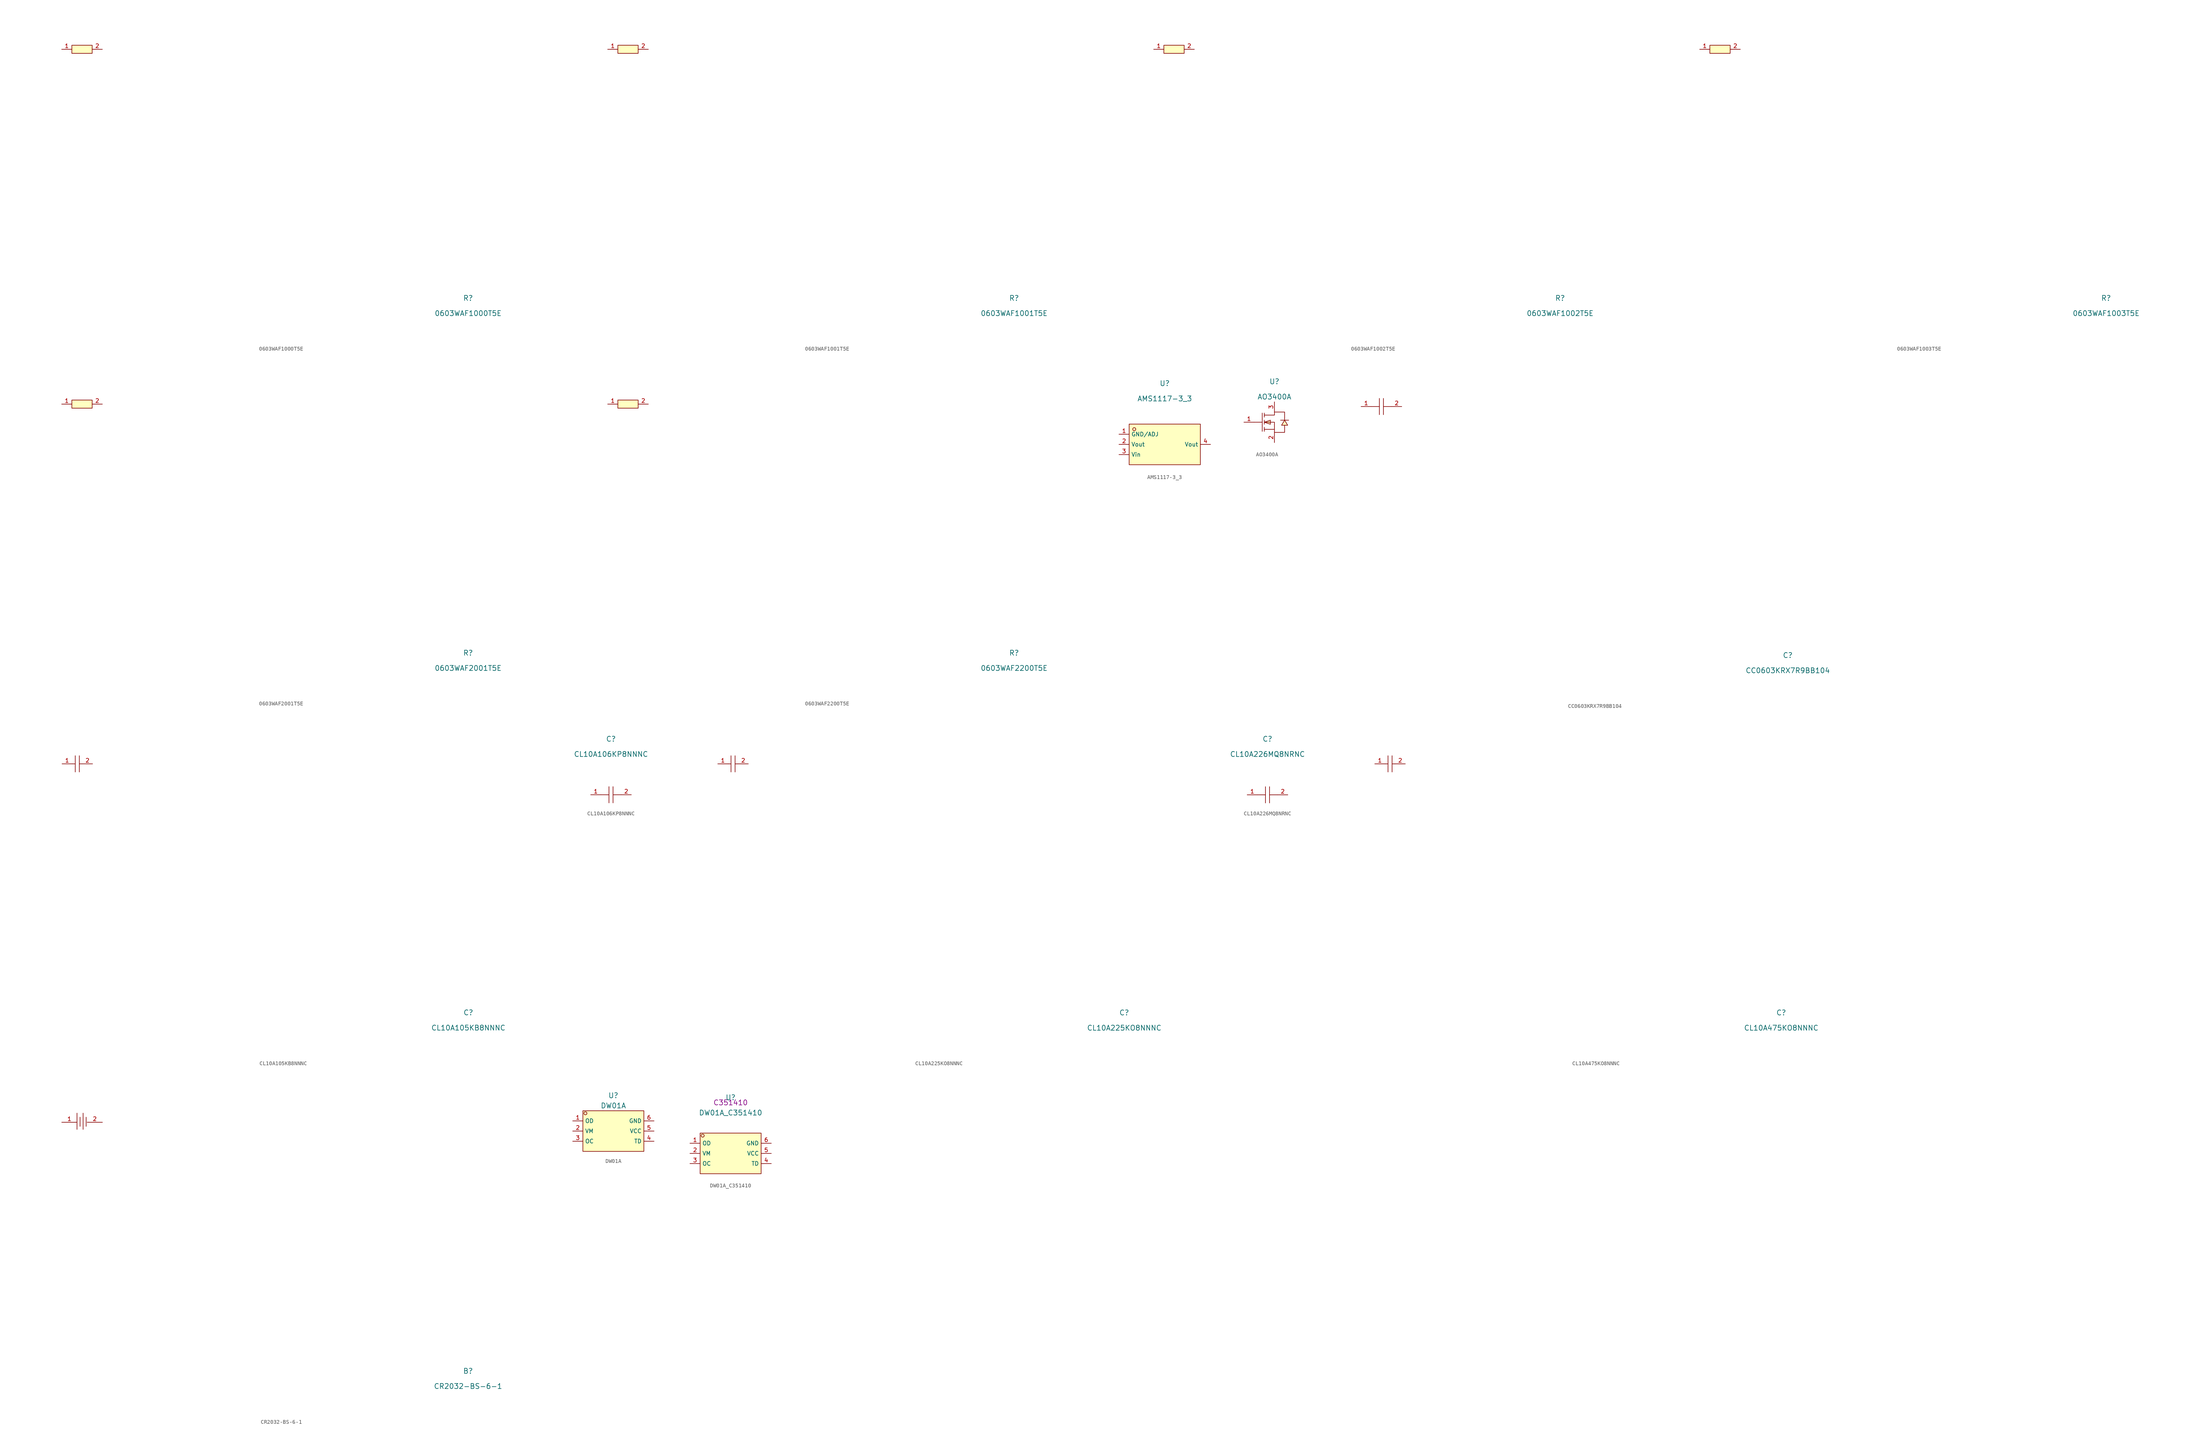
<source format=kicad_sym>
(kicad_symbol_lib
  (version 20220914)
  (generator kicad_symbol_editor)
  (symbol "0603WAF1000T5E"
    (pin_names hide)
    (property "Reference" "R"
      (at 0 1.27 0)
      (effects (font (size 1.27 1.27))))
    (property "Value" "0603WAF1000T5E"
      (at 0 -2.54 0)
      (effects (font (size 1.27 1.27))))
    (symbol "0603WAF1000T5E_0_0"
      (rectangle (start -99.06 64.516) (end -93.98 62.484) (stroke (width 0) (type default)) (fill (type background)))
      (pin input line (at -101.6 63.5 0) (length 2.54) (name "1" (effects (font (size 1 1)))) (number "1" (effects (font (size 1 1)))))
      (pin input line (at -91.44 63.5 180) (length 2.54) (name "2" (effects (font (size 1 1)))) (number "2" (effects (font (size 1 1)))))))
  (symbol "0603WAF1001T5E"
    (pin_names hide)
    (property "Reference" "R"
      (at 0 1.27 0)
      (effects (font (size 1.27 1.27))))
    (property "Value" "0603WAF1001T5E"
      (at 0 -2.54 0)
      (effects (font (size 1.27 1.27))))
    (symbol "0603WAF1001T5E_0_0"
      (rectangle (start -99.06 64.516) (end -93.98 62.484) (stroke (width 0) (type default)) (fill (type background)))
      (pin input line (at -101.6 63.5 0) (length 2.54) (name "1" (effects (font (size 1 1)))) (number "1" (effects (font (size 1 1)))))
      (pin input line (at -91.44 63.5 180) (length 2.54) (name "2" (effects (font (size 1 1)))) (number "2" (effects (font (size 1 1)))))))
  (symbol "0603WAF1002T5E"
    (pin_names hide)
    (property "Reference" "R"
      (at 0 1.27 0)
      (effects (font (size 1.27 1.27))))
    (property "Value" "0603WAF1002T5E"
      (at 0 -2.54 0)
      (effects (font (size 1.27 1.27))))
    (symbol "0603WAF1002T5E_0_0"
      (rectangle (start -99.06 64.516) (end -93.98 62.484) (stroke (width 0) (type default)) (fill (type background)))
      (pin input line (at -101.6 63.5 0) (length 2.54) (name "1" (effects (font (size 1 1)))) (number "1" (effects (font (size 1 1)))))
      (pin input line (at -91.44 63.5 180) (length 2.54) (name "2" (effects (font (size 1 1)))) (number "2" (effects (font (size 1 1)))))))
  (symbol "0603WAF1003T5E"
    (pin_names hide)
    (property "Reference" "R"
      (at 0 1.27 0)
      (effects (font (size 1.27 1.27))))
    (property "Value" "0603WAF1003T5E"
      (at 0 -2.54 0)
      (effects (font (size 1.27 1.27))))
    (symbol "0603WAF1003T5E_0_0"
      (rectangle (start -99.06 64.516) (end -93.98 62.484) (stroke (width 0) (type default)) (fill (type background)))
      (pin input line (at -101.6 63.5 0) (length 2.54) (name "1" (effects (font (size 1 1)))) (number "1" (effects (font (size 1 1)))))
      (pin input line (at -91.44 63.5 180) (length 2.54) (name "2" (effects (font (size 1 1)))) (number "2" (effects (font (size 1 1)))))))
  (symbol "0603WAF2001T5E"
    (pin_names hide)
    (property "Reference" "R"
      (at 0 1.27 0)
      (effects (font (size 1.27 1.27))))
    (property "Value" "0603WAF2001T5E"
      (at 0 -2.54 0)
      (effects (font (size 1.27 1.27))))
    (symbol "0603WAF2001T5E_0_0"
      (rectangle (start -99.06 64.516) (end -93.98 62.484) (stroke (width 0) (type default)) (fill (type background)))
      (pin input line (at -101.6 63.5 0) (length 2.54) (name "1" (effects (font (size 1 1)))) (number "1" (effects (font (size 1 1)))))
      (pin input line (at -91.44 63.5 180) (length 2.54) (name "2" (effects (font (size 1 1)))) (number "2" (effects (font (size 1 1)))))))
  (symbol "0603WAF2200T5E"
    (pin_names hide)
    (property "Reference" "R"
      (at 0 1.27 0)
      (effects (font (size 1.27 1.27))))
    (property "Value" "0603WAF2200T5E"
      (at 0 -2.54 0)
      (effects (font (size 1.27 1.27))))
    (symbol "0603WAF2200T5E_0_0"
      (rectangle (start -99.06 64.516) (end -93.98 62.484) (stroke (width 0) (type default)) (fill (type background)))
      (pin input line (at -101.6 63.5 0) (length 2.54) (name "1" (effects (font (size 1 1)))) (number "1" (effects (font (size 1 1)))))
      (pin input line (at -91.44 63.5 180) (length 2.54) (name "2" (effects (font (size 1 1)))) (number "2" (effects (font (size 1 1)))))))
  (symbol "AMS1117-3_3"
    (property "Reference" "U"
      (at 0 1.27 0)
      (effects (font (size 1.27 1.27))))
    (property "Value" "AMS1117-3_3"
      (at 0 -2.54 0)
      (effects (font (size 1.27 1.27))))
    (symbol "AMS1117-3_3_0_0"
      (rectangle (start -8.89 -8.89) (end 8.89 -19.05) (stroke (width 0) (type default)) (fill (type background)))
      (circle (center -7.62 -10.16) (radius 0.381) (stroke (width 0) (type default)) (fill (type background)))
      (pin unspecified line (at -11.43 -11.43 0) (length 2.54) (name "GND/ADJ" (effects (font (size 1 1)))) (number "1" (effects (font (size 1 1)))))
      (pin unspecified line (at -11.43 -13.97 0) (length 2.54) (name "Vout" (effects (font (size 1 1)))) (number "2" (effects (font (size 1 1)))))
      (pin unspecified line (at -11.43 -16.51 0) (length 2.54) (name "Vin" (effects (font (size 1 1)))) (number "3" (effects (font (size 1 1)))))
      (pin unspecified line (at 11.43 -13.97 180) (length 2.54) (name "Vout" (effects (font (size 1 1)))) (number "4" (effects (font (size 1 1)))))))
  (symbol "AO3400A"
    (pin_names hide)
    (property "Reference" "U"
      (at 0 1.27 0)
      (effects (font (size 1.27 1.27))))
    (property "Value" "AO3400A"
      (at 0 -2.54 0)
      (effects (font (size 1.27 1.27))))
    (symbol "AO3400A_0_0"
      (polyline (pts (xy -5.08 -8.89) (xy -3.048 -8.89)) (stroke (width 0) (type default)) (fill (type none)))
      (polyline (pts (xy -3.048 -6.604) (xy -3.048 -11.176)) (stroke (width 0) (type default)) (fill (type none)))
      (polyline (pts (xy -2.54 -11.176) (xy -2.54 -10.16)) (stroke (width 0) (type default)) (fill (type none)))
      (polyline (pts (xy -2.54 -9.398) (xy -2.54 -8.382)) (stroke (width 0) (type default)) (fill (type none)))
      (polyline (pts (xy -2.54 -6.604) (xy -2.54 -7.62)) (stroke (width 0) (type default)) (fill (type none)))
      (polyline (pts (xy 0 -10.668) (xy -2.54 -10.668)) (stroke (width 0) (type default)) (fill (type none)))
      (polyline (pts (xy -2.54 -8.89) (xy -1.016 -9.398) (xy -1.016 -8.382) (xy -2.54 -8.89)) (stroke (width 0) (type default)) (fill (type background)))
      (polyline (pts (xy 2.54 -8.382) (xy 1.778 -9.652) (xy 3.302 -9.652) (xy 2.54 -8.382)) (stroke (width 0) (type default)) (fill (type background)))
      (polyline (pts (xy 3.556 -8.382) (xy 3.048 -8.382) (xy 2.032 -8.382) (xy 1.524 -8.382)) (stroke (width 0) (type default)) (fill (type none)))
      (polyline (pts (xy -2.54 -8.89) (xy 0 -8.89) (xy 0 -11.43) (xy 2.54 -11.43) (xy 2.54 -9.652)) (stroke (width 0) (type default)) (fill (type none)))
      (polyline (pts (xy -2.54 -7.112) (xy 0 -7.112) (xy 0 -6.35) (xy 2.54 -6.35) (xy 2.54 -8.382)) (stroke (width 0) (type default)) (fill (type none)))
      (pin unspecified line (at -7.62 -8.89 0) (length 2.54) (name "G" (effects (font (size 1 1)))) (number "1" (effects (font (size 1 1)))))
      (pin unspecified line (at 0 -13.97 90) (length 2.54) (name "S" (effects (font (size 1 1)))) (number "2" (effects (font (size 1 1)))))
      (pin unspecified line (at 0 -3.81 270) (length 2.54) (name "D" (effects (font (size 1 1)))) (number "3" (effects (font (size 1 1)))))))
  (symbol "CC0603KRX7R9BB104"
    (pin_names hide)
    (property "Reference" "C"
      (at 0 1.27 0)
      (effects (font (size 1.27 1.27))))
    (property "Value" "CC0603KRX7R9BB104"
      (at 0 -2.54 0)
      (effects (font (size 1.27 1.27))))
    (symbol "CC0603KRX7R9BB104_0_0"
      (polyline (pts (xy -102.108 61.468) (xy -102.108 65.532)) (stroke (width 0) (type default)) (fill (type none)))
      (polyline (pts (xy -102.108 63.5) (xy -104.14 63.5)) (stroke (width 0) (type default)) (fill (type none)))
      (polyline (pts (xy -101.092 65.532) (xy -101.092 61.468)) (stroke (width 0) (type default)) (fill (type none)))
      (polyline (pts (xy -99.06 63.5) (xy -101.092 63.5)) (stroke (width 0) (type default)) (fill (type none)))
      (pin unspecified line (at -106.68 63.5 0) (length 2.54) (name "1" (effects (font (size 1 1)))) (number "1" (effects (font (size 1 1)))))
      (pin unspecified line (at -96.52 63.5 180) (length 2.54) (name "2" (effects (font (size 1 1)))) (number "2" (effects (font (size 1 1)))))))
  (symbol "CL10A105KB8NNNC"
    (pin_names hide)
    (property "Reference" "C"
      (at 0 1.27 0)
      (effects (font (size 1.27 1.27))))
    (property "Value" "CL10A105KB8NNNC"
      (at 0 -2.54 0)
      (effects (font (size 1.27 1.27))))
    (symbol "CL10A105KB8NNNC_0_0"
      (polyline (pts (xy -99.06 63.5) (xy -98.298 63.5)) (stroke (width 0) (type default)) (fill (type none)))
      (polyline (pts (xy -98.298 65.532) (xy -98.298 61.468)) (stroke (width 0) (type default)) (fill (type none)))
      (polyline (pts (xy -97.282 63.5) (xy -96.52 63.5)) (stroke (width 0) (type default)) (fill (type none)))
      (polyline (pts (xy -97.282 65.532) (xy -97.282 61.468)) (stroke (width 0) (type default)) (fill (type none)))
      (pin input line (at -101.6 63.5 0) (length 2.54) (name "1" (effects (font (size 1 1)))) (number "1" (effects (font (size 1 1)))))
      (pin input line (at -93.98 63.5 180) (length 2.54) (name "2" (effects (font (size 1 1)))) (number "2" (effects (font (size 1 1)))))))
  (symbol "CL10A106KP8NNNC"
    (pin_names hide)
    (property "Reference" "C"
      (at 0 1.27 0)
      (effects (font (size 1.27 1.27))))
    (property "Value" "CL10A106KP8NNNC"
      (at 0 -2.54 0)
      (effects (font (size 1.27 1.27))))
    (symbol "CL10A106KP8NNNC_0_0"
      (polyline (pts (xy -0.508 -14.732) (xy -0.508 -10.668)) (stroke (width 0) (type default)) (fill (type none)))
      (polyline (pts (xy -0.508 -12.7) (xy -2.54 -12.7)) (stroke (width 0) (type default)) (fill (type none)))
      (polyline (pts (xy 0.508 -10.668) (xy 0.508 -14.732)) (stroke (width 0) (type default)) (fill (type none)))
      (polyline (pts (xy 2.54 -12.7) (xy 0.508 -12.7)) (stroke (width 0) (type default)) (fill (type none)))
      (pin unspecified line (at -5.08 -12.7 0) (length 2.54) (name "1" (effects (font (size 1 1)))) (number "1" (effects (font (size 1 1)))))
      (pin unspecified line (at 5.08 -12.7 180) (length 2.54) (name "2" (effects (font (size 1 1)))) (number "2" (effects (font (size 1 1)))))))
  (symbol "CL10A225KO8NNNC"
    (pin_names hide)
    (property "Reference" "C"
      (at 0 1.27 0)
      (effects (font (size 1.27 1.27))))
    (property "Value" "CL10A225KO8NNNC"
      (at 0 -2.54 0)
      (effects (font (size 1.27 1.27))))
    (symbol "CL10A225KO8NNNC_0_0"
      (polyline (pts (xy -99.06 63.5) (xy -98.298 63.5)) (stroke (width 0) (type default)) (fill (type none)))
      (polyline (pts (xy -98.298 65.532) (xy -98.298 61.468)) (stroke (width 0) (type default)) (fill (type none)))
      (polyline (pts (xy -97.282 63.5) (xy -96.52 63.5)) (stroke (width 0) (type default)) (fill (type none)))
      (polyline (pts (xy -97.282 65.532) (xy -97.282 61.468)) (stroke (width 0) (type default)) (fill (type none)))
      (pin input line (at -101.6 63.5 0) (length 2.54) (name "1" (effects (font (size 1 1)))) (number "1" (effects (font (size 1 1)))))
      (pin input line (at -93.98 63.5 180) (length 2.54) (name "2" (effects (font (size 1 1)))) (number "2" (effects (font (size 1 1)))))))
  (symbol "CL10A226MQ8NRNC"
    (pin_names hide)
    (property "Reference" "C"
      (at 0 1.27 0)
      (effects (font (size 1.27 1.27))))
    (property "Value" "CL10A226MQ8NRNC"
      (at 0 -2.54 0)
      (effects (font (size 1.27 1.27))))
    (symbol "CL10A226MQ8NRNC_0_0"
      (polyline (pts (xy -0.508 -14.732) (xy -0.508 -10.668)) (stroke (width 0) (type default)) (fill (type none)))
      (polyline (pts (xy -0.508 -12.7) (xy -2.54 -12.7)) (stroke (width 0) (type default)) (fill (type none)))
      (polyline (pts (xy 0.508 -10.668) (xy 0.508 -14.732)) (stroke (width 0) (type default)) (fill (type none)))
      (polyline (pts (xy 2.54 -12.7) (xy 0.508 -12.7)) (stroke (width 0) (type default)) (fill (type none)))
      (pin unspecified line (at -5.08 -12.7 0) (length 2.54) (name "1" (effects (font (size 1 1)))) (number "1" (effects (font (size 1 1)))))
      (pin unspecified line (at 5.08 -12.7 180) (length 2.54) (name "2" (effects (font (size 1 1)))) (number "2" (effects (font (size 1 1)))))))
  (symbol "CL10A475KO8NNNC"
    (pin_names hide)
    (property "Reference" "C"
      (at 0 1.27 0)
      (effects (font (size 1.27 1.27))))
    (property "Value" "CL10A475KO8NNNC"
      (at 0 -2.54 0)
      (effects (font (size 1.27 1.27))))
    (symbol "CL10A475KO8NNNC_0_0"
      (polyline (pts (xy -99.06 63.5) (xy -98.298 63.5)) (stroke (width 0) (type default)) (fill (type none)))
      (polyline (pts (xy -98.298 65.532) (xy -98.298 61.468)) (stroke (width 0) (type default)) (fill (type none)))
      (polyline (pts (xy -97.282 63.5) (xy -96.52 63.5)) (stroke (width 0) (type default)) (fill (type none)))
      (polyline (pts (xy -97.282 65.532) (xy -97.282 61.468)) (stroke (width 0) (type default)) (fill (type none)))
      (pin input line (at -101.6 63.5 0) (length 2.54) (name "1" (effects (font (size 1 1)))) (number "1" (effects (font (size 1 1)))))
      (pin input line (at -93.98 63.5 180) (length 2.54) (name "2" (effects (font (size 1 1)))) (number "2" (effects (font (size 1 1)))))))
  (symbol "CR2032-BS-6-1"
    (pin_names hide)
    (property "Reference" "B"
      (at 0 1.27 0)
      (effects (font (size 1.27 1.27))))
    (property "Value" "CR2032-BS-6-1"
      (at 0 -2.54 0)
      (effects (font (size 1.27 1.27))))
    (symbol "CR2032-BS-6-1_0_0"
      (polyline (pts (xy -97.79 65.786) (xy -97.79 61.722)) (stroke (width 0) (type default)) (fill (type none)))
      (polyline (pts (xy -97.028 64.77) (xy -97.028 62.484)) (stroke (width 0) (type default)) (fill (type none)))
      (polyline (pts (xy -96.266 65.786) (xy -96.266 61.722)) (stroke (width 0) (type default)) (fill (type none)))
      (polyline (pts (xy -95.504 64.77) (xy -95.504 62.484)) (stroke (width 0) (type default)) (fill (type none)))
      (pin input line (at -101.6 63.5 0) (length 3.81) (name "1" (effects (font (size 1 1)))) (number "1" (effects (font (size 1 1)))))
      (pin input line (at -91.44 63.5 180) (length 3.81) (name "2" (effects (font (size 1 1)))) (number "2" (effects (font (size 1 1)))))))
  (symbol "DW01A"
    (property "Reference" "U"
      (at 0 8.89 0)
      (effects (font (size 1.27 1.27))))
    (property "Value" "DW01A"
      (at 0 6.35 0)
      (effects (font (size 1.27 1.27))))
    (symbol "DW01A_0_0"
      (rectangle (start -7.62 5.08) (end 7.62 -5.08) (stroke (width 0) (type default)) (fill (type background)))
      (circle (center -6.985 4.445) (radius 0.381) (stroke (width 0) (type default)) (fill (type background)))
      (pin unspecified line (at -10.16 2.54 0) (length 2.54) (name "OD" (effects (font (size 1 1)))) (number "1" (effects (font (size 1 1)))))
      (pin unspecified line (at -10.16 0 0) (length 2.54) (name "VM" (effects (font (size 1 1)))) (number "2" (effects (font (size 1 1)))))
      (pin unspecified line (at -10.16 -2.54 0) (length 2.54) (name "OC" (effects (font (size 1 1)))) (number "3" (effects (font (size 1 1)))))
      (pin unspecified line (at 10.16 -2.54 180) (length 2.54) (name "TD" (effects (font (size 1 1)))) (number "4" (effects (font (size 1 1)))))
      (pin unspecified line (at 10.16 0 180) (length 2.54) (name "VCC" (effects (font (size 1 1)))) (number "5" (effects (font (size 1 1)))))
      (pin unspecified line (at 10.16 2.54 180) (length 2.54) (name "GND" (effects (font (size 1 1)))) (number "6" (effects (font (size 1 1)))))))
  (symbol "DW01A_C351410"
    (property "Reference" "U"
      (at 0 1.27 0)
      (effects (font (size 1.27 1.27))))
    (property "Value" "DW01A_C351410"
      (at 0 -2.54 0)
      (effects (font (size 1.27 1.27))))
    (property "LCSC" "C351410"
      (at 0 0 0)
      (effects (font (size 1.27 1.27))))
    (symbol "DW01A_C351410_0_0"
      (rectangle (start -7.62 -7.62) (end 7.62 -17.78) (stroke (width 0) (type default)) (fill (type background)))
      (circle (center -6.985 -8.255) (radius 0.381) (stroke (width 0) (type default)) (fill (type background)))
      (pin unspecified line (at -10.16 -10.16 0) (length 2.54) (name "OD" (effects (font (size 1 1)))) (number "1" (effects (font (size 1 1)))))
      (pin unspecified line (at -10.16 -12.7 0) (length 2.54) (name "VM" (effects (font (size 1 1)))) (number "2" (effects (font (size 1 1)))))
      (pin unspecified line (at -10.16 -15.24 0) (length 2.54) (name "OC" (effects (font (size 1 1)))) (number "3" (effects (font (size 1 1)))))
      (pin unspecified line (at 10.16 -15.24 180) (length 2.54) (name "TD" (effects (font (size 1 1)))) (number "4" (effects (font (size 1 1)))))
      (pin unspecified line (at 10.16 -12.7 180) (length 2.54) (name "VCC" (effects (font (size 1 1)))) (number "5" (effects (font (size 1 1)))))
      (pin unspecified line (at 10.16 -10.16 180) (length 2.54) (name "GND" (effects (font (size 1 1)))) (number "6" (effects (font (size 1 1))))))))
</source>
